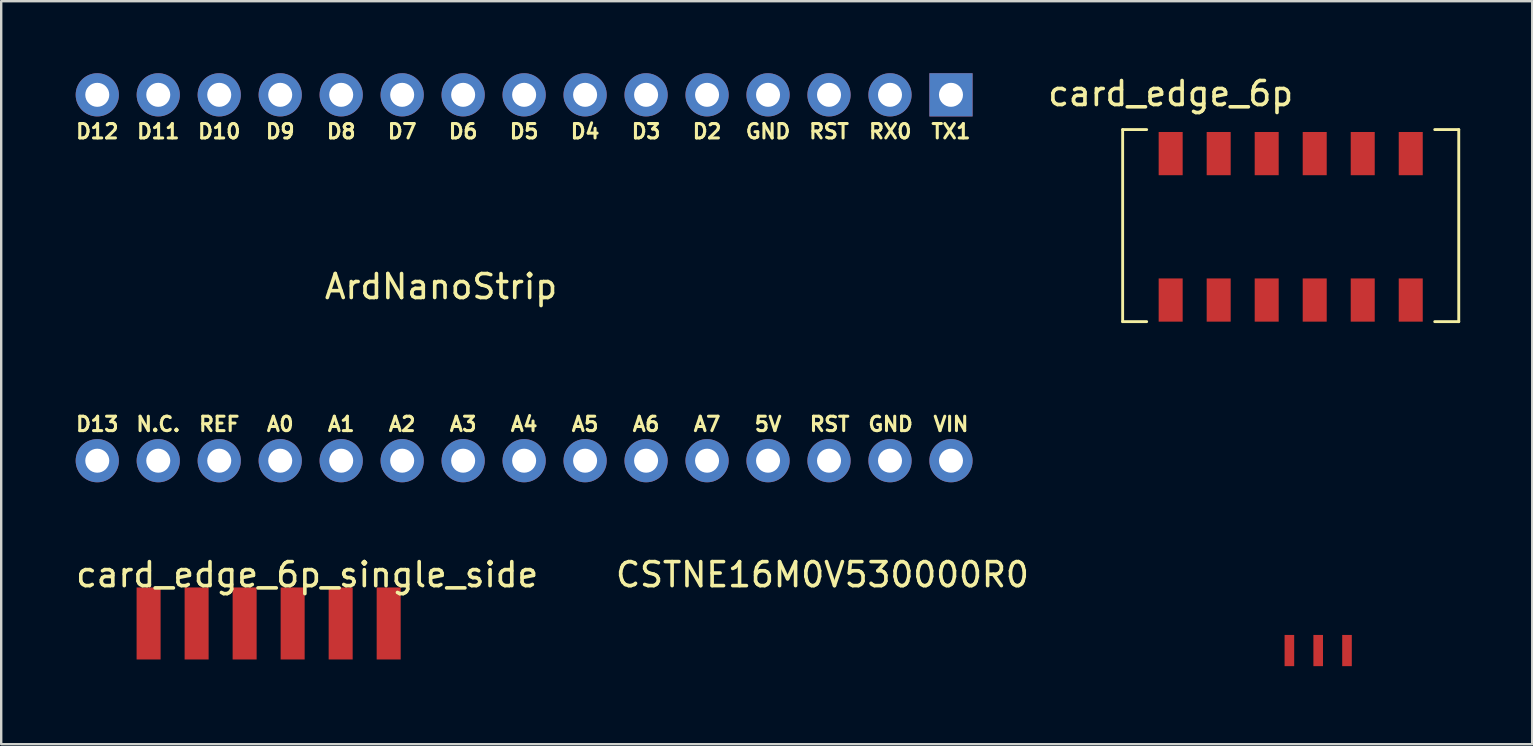
<source format=kicad_pcb>
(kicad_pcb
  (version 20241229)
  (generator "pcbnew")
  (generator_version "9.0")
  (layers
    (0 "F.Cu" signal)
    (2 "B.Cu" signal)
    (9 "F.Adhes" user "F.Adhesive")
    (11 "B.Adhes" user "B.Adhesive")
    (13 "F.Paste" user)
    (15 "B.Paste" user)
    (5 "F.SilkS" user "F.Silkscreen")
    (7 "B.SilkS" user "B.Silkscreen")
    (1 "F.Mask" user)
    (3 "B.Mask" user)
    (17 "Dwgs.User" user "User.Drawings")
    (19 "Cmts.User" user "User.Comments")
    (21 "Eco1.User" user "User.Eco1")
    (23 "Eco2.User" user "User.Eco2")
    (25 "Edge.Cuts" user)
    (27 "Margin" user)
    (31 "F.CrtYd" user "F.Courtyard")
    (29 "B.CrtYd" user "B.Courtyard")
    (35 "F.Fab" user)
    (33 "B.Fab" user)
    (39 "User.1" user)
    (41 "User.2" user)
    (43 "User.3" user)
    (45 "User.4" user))
  (footprint "card_edge_6p"
    (layer "F.Cu")
    (at 45.713 3.348)
    (property "Reference" "card_edge_6p" (at 0 -2.5 0) (layer "F.SilkS") (effects (font (size 1 1) (thickness 0.15))))
    (attr through_hole)
    (fp_line (start -2 -1) (end -2 7) (stroke (width 0.12) (type solid)) (layer "F.SilkS"))
    (fp_line (start -2 7) (end -1 7) (stroke (width 0.12) (type solid)) (layer "F.SilkS"))
    (fp_line (start -1 -1) (end -2 -1) (stroke (width 0.12) (type solid)) (layer "F.SilkS"))
    (fp_line (start 11 -1) (end 12 -1) (stroke (width 0.12) (type solid)) (layer "F.SilkS"))
    (fp_line (start 12 -1) (end 12 7) (stroke (width 0.12) (type solid)) (layer "F.SilkS"))
    (fp_line (start 12 7) (end 11 7) (stroke (width 0.12) (type solid)) (layer "F.SilkS"))
    (pad "1" smd rect (at 0 0) (size 1 1.8) (layers "F.Cu" "F.Mask" "F.Paste"))
    (pad "1" smd rect (at 0 6.1) (size 1 1.8) (layers "F.Cu" "F.Mask" "F.Paste"))
    (pad "2" smd rect (at 2 0) (size 1 1.8) (layers "F.Cu" "F.Mask" "F.Paste"))
    (pad "2" smd rect (at 2 6.1) (size 1 1.8) (layers "F.Cu" "F.Mask" "F.Paste"))
    (pad "3" smd rect (at 4 0) (size 1 1.8) (layers "F.Cu" "F.Mask" "F.Paste"))
    (pad "3" smd rect (at 4 6.1) (size 1 1.8) (layers "F.Cu" "F.Mask" "F.Paste"))
    (pad "4" smd rect (at 6 0) (size 1 1.8) (layers "F.Cu" "F.Mask" "F.Paste"))
    (pad "4" smd rect (at 6 6.1) (size 1 1.8) (layers "F.Cu" "F.Mask" "F.Paste"))
    (pad "5" smd rect (at 8 0) (size 1 1.8) (layers "F.Cu" "F.Mask" "F.Paste"))
    (pad "5" smd rect (at 8 6.1) (size 1 1.8) (layers "F.Cu" "F.Mask" "F.Paste"))
    (pad "6" smd rect (at 10 0) (size 1 1.8) (layers "F.Cu" "F.Mask" "F.Paste"))
    (pad "6" smd rect (at 10 6.1) (size 1 1.8) (layers "F.Cu" "F.Mask" "F.Paste")))
  (footprint "ArdNanoStrip"
    (layer "F.Cu")
    (at 18.782 8.52)
    (property "Reference" "ArdNanoStrip" (at -3.462 0.368 180) (layer "F.SilkS") (effects (font (size 1 1) (thickness 0.15))))
    (attr through_hole)
    (fp_text user "D3" (at 5.08 -6.096 0) (layer "F.SilkS") (effects (font (size 0.6 0.6) (thickness 0.127))))
    (fp_text user "A2" (at -5.08 6.096 0) (layer "F.SilkS") (effects (font (size 0.6 0.6) (thickness 0.127))))
    (fp_text user "D4" (at 2.54 -6.096 0) (layer "F.SilkS") (effects (font (size 0.6 0.6) (thickness 0.127))))
    (fp_text user "RST " (at 12.954 6.096 0) (layer "F.SilkS") (effects (font (size 0.6 0.6) (thickness 0.127))))
    (fp_text user "RX0" (at 15.25 -6.096 0) (layer "F.SilkS") (effects (font (size 0.6 0.6) (thickness 0.127))))
    (fp_text user "GND " (at 15.494 6.096 0) (layer "F.SilkS") (effects (font (size 0.6 0.6) (thickness 0.127))))
    (fp_text user "D5" (at 0 -6.096 0) (layer "F.SilkS") (effects (font (size 0.6 0.6) (thickness 0.127))))
    (fp_text user "D11" (at -15.24 -6.096 0) (layer "F.SilkS") (effects (font (size 0.6 0.6) (thickness 0.127))))
    (fp_text user "D6" (at -2.54 -6.096 0) (layer "F.SilkS") (effects (font (size 0.6 0.6) (thickness 0.127))))
    (fp_text user "5V" (at 10.16 6.096 0) (layer "F.SilkS") (effects (font (size 0.6 0.6) (thickness 0.127))))
    (fp_text user "D13" (at -17.78 6.096 0) (layer "F.SilkS") (effects (font (size 0.6 0.6) (thickness 0.127))))
    (fp_text user "VIN" (at 17.78 6.096 0) (layer "F.SilkS") (effects (font (size 0.6 0.6) (thickness 0.127))))
    (fp_text user "RST" (at 12.7 -6.096 0) (layer "F.SilkS") (effects (font (size 0.6 0.6) (thickness 0.127))))
    (fp_text user "D7" (at -5.08 -6.096 0) (layer "F.SilkS") (effects (font (size 0.6 0.6) (thickness 0.127))))
    (fp_text user "REF" (at -12.7 6.096 0) (layer "F.SilkS") (effects (font (size 0.6 0.6) (thickness 0.127))))
    (fp_text user "N.C." (at -15.24 6.096 0) (layer "F.SilkS") (effects (font (size 0.6 0.6) (thickness 0.127))))
    (fp_text user "A4" (at 0 6.096 0) (layer "F.SilkS") (effects (font (size 0.6 0.6) (thickness 0.127))))
    (fp_text user "D12" (at -17.78 -6.096 0) (layer "F.SilkS") (effects (font (size 0.6 0.6) (thickness 0.127))))
    (fp_text user "A5" (at 2.54 6.096 0) (layer "F.SilkS") (effects (font (size 0.6 0.6) (thickness 0.127))))
    (fp_text user "D9" (at -10.16 -6.096 0) (layer "F.SilkS") (effects (font (size 0.6 0.6) (thickness 0.127))))
    (fp_text user "A1" (at -7.62 6.096 0) (layer "F.SilkS") (effects (font (size 0.6 0.6) (thickness 0.127))))
    (fp_text user "D8" (at -7.62 -6.096 0) (layer "F.SilkS") (effects (font (size 0.6 0.6) (thickness 0.127))))
    (fp_text user "D10" (at -12.7 -6.096 0) (layer "F.SilkS") (effects (font (size 0.6 0.6) (thickness 0.127))))
    (fp_text user "TX1" (at 17.78 -6.096 0) (layer "F.SilkS") (effects (font (size 0.6 0.6) (thickness 0.127))))
    (fp_text user "A6" (at 5.08 6.096 0) (layer "F.SilkS") (effects (font (size 0.6 0.6) (thickness 0.127))))
    (fp_text user "A7" (at 7.62 6.096 0) (layer "F.SilkS") (effects (font (size 0.6 0.6) (thickness 0.127))))
    (fp_text user "GND" (at 10.16 -6.096 0) (layer "F.SilkS") (effects (font (size 0.6 0.6) (thickness 0.127))))
    (fp_text user "A3" (at -2.54 6.096 0) (layer "F.SilkS") (effects (font (size 0.6 0.6) (thickness 0.127))))
    (fp_text user "A0" (at -10.16 6.096 0) (layer "F.SilkS") (effects (font (size 0.6 0.6) (thickness 0.127))))
    (fp_text user "D2" (at 7.62 -6.096 0) (layer "F.SilkS") (effects (font (size 0.6 0.6) (thickness 0.127))))
    (pad "1" thru_hole rect (at 17.78 -7.62) (size 1.8 1.8) (drill 1) (layers "*.Cu" "*.Mask"))
    (pad "2" thru_hole circle (at 15.24 -7.62) (size 1.8 1.8) (drill 1) (layers "*.Cu" "*.Mask"))
    (pad "3" thru_hole circle (at 12.7 -7.62) (size 1.8 1.8) (drill 1) (layers "*.Cu" "*.Mask"))
    (pad "4" thru_hole circle (at 10.16 -7.62) (size 1.8 1.8) (drill 1) (layers "*.Cu" "*.Mask"))
    (pad "5" thru_hole circle (at 7.62 -7.62) (size 1.8 1.8) (drill 1) (layers "*.Cu" "*.Mask"))
    (pad "6" thru_hole circle (at 5.08 -7.62) (size 1.8 1.8) (drill 1) (layers "*.Cu" "*.Mask"))
    (pad "7" thru_hole circle (at 2.54 -7.62) (size 1.8 1.8) (drill 1) (layers "*.Cu" "*.Mask"))
    (pad "8" thru_hole circle (at 0 -7.62) (size 1.8 1.8) (drill 1) (layers "*.Cu" "*.Mask"))
    (pad "9" thru_hole circle (at -2.54 -7.62) (size 1.8 1.8) (drill 1) (layers "*.Cu" "*.Mask"))
    (pad "10" thru_hole circle (at -5.08 -7.62) (size 1.8 1.8) (drill 1) (layers "*.Cu" "*.Mask"))
    (pad "11" thru_hole circle (at -7.62 -7.62) (size 1.8 1.8) (drill 1) (layers "*.Cu" "*.Mask"))
    (pad "12" thru_hole circle (at -10.16 -7.62) (size 1.8 1.8) (drill 1) (layers "*.Cu" "*.Mask"))
    (pad "13" thru_hole circle (at -12.7 -7.62) (size 1.8 1.8) (drill 1) (layers "*.Cu" "*.Mask"))
    (pad "14" thru_hole circle (at -15.24 -7.62) (size 1.8 1.8) (drill 1) (layers "*.Cu" "*.Mask"))
    (pad "15" thru_hole circle (at -17.78 -7.62) (size 1.8 1.8) (drill 1) (layers "*.Cu" "*.Mask"))
    (pad "16" thru_hole circle (at -17.78 7.62) (size 1.8 1.8) (drill 1) (layers "*.Cu" "*.Mask"))
    (pad "17" thru_hole circle (at -15.24 7.62) (size 1.8 1.8) (drill 1) (layers "*.Cu" "*.Mask"))
    (pad "18" thru_hole circle (at -12.7 7.62) (size 1.8 1.8) (drill 1) (layers "*.Cu" "*.Mask"))
    (pad "19" thru_hole circle (at -10.16 7.62) (size 1.8 1.8) (drill 1) (layers "*.Cu" "*.Mask"))
    (pad "20" thru_hole circle (at -7.62 7.62) (size 1.8 1.8) (drill 1) (layers "*.Cu" "*.Mask"))
    (pad "21" thru_hole circle (at -5.08 7.62) (size 1.8 1.8) (drill 1) (layers "*.Cu" "*.Mask"))
    (pad "22" thru_hole circle (at -2.54 7.62) (size 1.8 1.8) (drill 1) (layers "*.Cu" "*.Mask"))
    (pad "23" thru_hole circle (at 0 7.62) (size 1.8 1.8) (drill 1) (layers "*.Cu" "*.Mask"))
    (pad "24" thru_hole circle (at 2.54 7.62) (size 1.8 1.8) (drill 1) (layers "*.Cu" "*.Mask"))
    (pad "25" thru_hole circle (at 5.08 7.62) (size 1.8 1.8) (drill 1) (layers "*.Cu" "*.Mask"))
    (pad "26" thru_hole circle (at 7.62 7.62) (size 1.8 1.8) (drill 1) (layers "*.Cu" "*.Mask"))
    (pad "27" thru_hole circle (at 10.16 7.62) (size 1.8 1.8) (drill 1) (layers "*.Cu" "*.Mask"))
    (pad "28" thru_hole circle (at 12.7 7.62) (size 1.8 1.8) (drill 1) (layers "*.Cu" "*.Mask"))
    (pad "29" thru_hole circle (at 15.24 7.62) (size 1.8 1.8) (drill 1) (layers "*.Cu" "*.Mask"))
    (pad "30" thru_hole circle (at 17.78 7.62) (size 1.8 1.8) (drill 1) (layers "*.Cu" "*.Mask")))
  (footprint "card_edge_6p_single_side"
    (layer "F.Cu")
    (at 8.14 22.92)
    (property "Reference" "card_edge_6p_single_side" (at 1.604 -2.032 0) (layer "F.SilkS") (effects (font (size 1 1) (thickness 0.15))))
    (attr through_hole)
    (pad "1" smd rect (at -5 0) (size 1 3) (layers "F.Cu" "F.Mask" "F.Paste"))
    (pad "2" smd rect (at -3 0) (size 1 3) (layers "F.Cu" "F.Mask" "F.Paste"))
    (pad "3" smd rect (at -1 0) (size 1 3) (layers "F.Cu" "F.Mask" "F.Paste"))
    (pad "4" smd rect (at 1 0) (size 1 3) (layers "F.Cu" "F.Mask" "F.Paste"))
    (pad "5" smd rect (at 3 0) (size 1 3) (layers "F.Cu" "F.Mask" "F.Paste"))
    (pad "6" smd rect (at 5 0) (size 1 3) (layers "F.Cu" "F.Mask" "F.Paste")))
  (footprint "CSTNE16M0V530000R0"
    (layer "F.Cu")
    (at 50.258 24.698)
    (property "Reference" "CSTNE16M0V530000R0" (at -19.05 -3.81 0) (layer "F.SilkS") (effects (font (size 1 1) (thickness 0.15))))
    (attr through_hole)
    (pad "1" smd rect (at 0.4 -0.65) (size 0.4 1.3) (layers "F.Cu" "F.Mask" "F.Paste"))
    (pad "2" smd rect (at 1.6 -0.65) (size 0.4 1.3) (layers "F.Cu" "F.Mask" "F.Paste"))
    (pad "3" smd rect (at 2.8 -0.65) (size 0.4 1.3) (layers "F.Cu" "F.Mask" "F.Paste")))
  (gr_rect
    (start -3 -3)
    (end 60.773 27.948)
    (stroke (width 0.1) (type default))
    (fill no)
    (layer "Edge.Cuts")))
</source>
